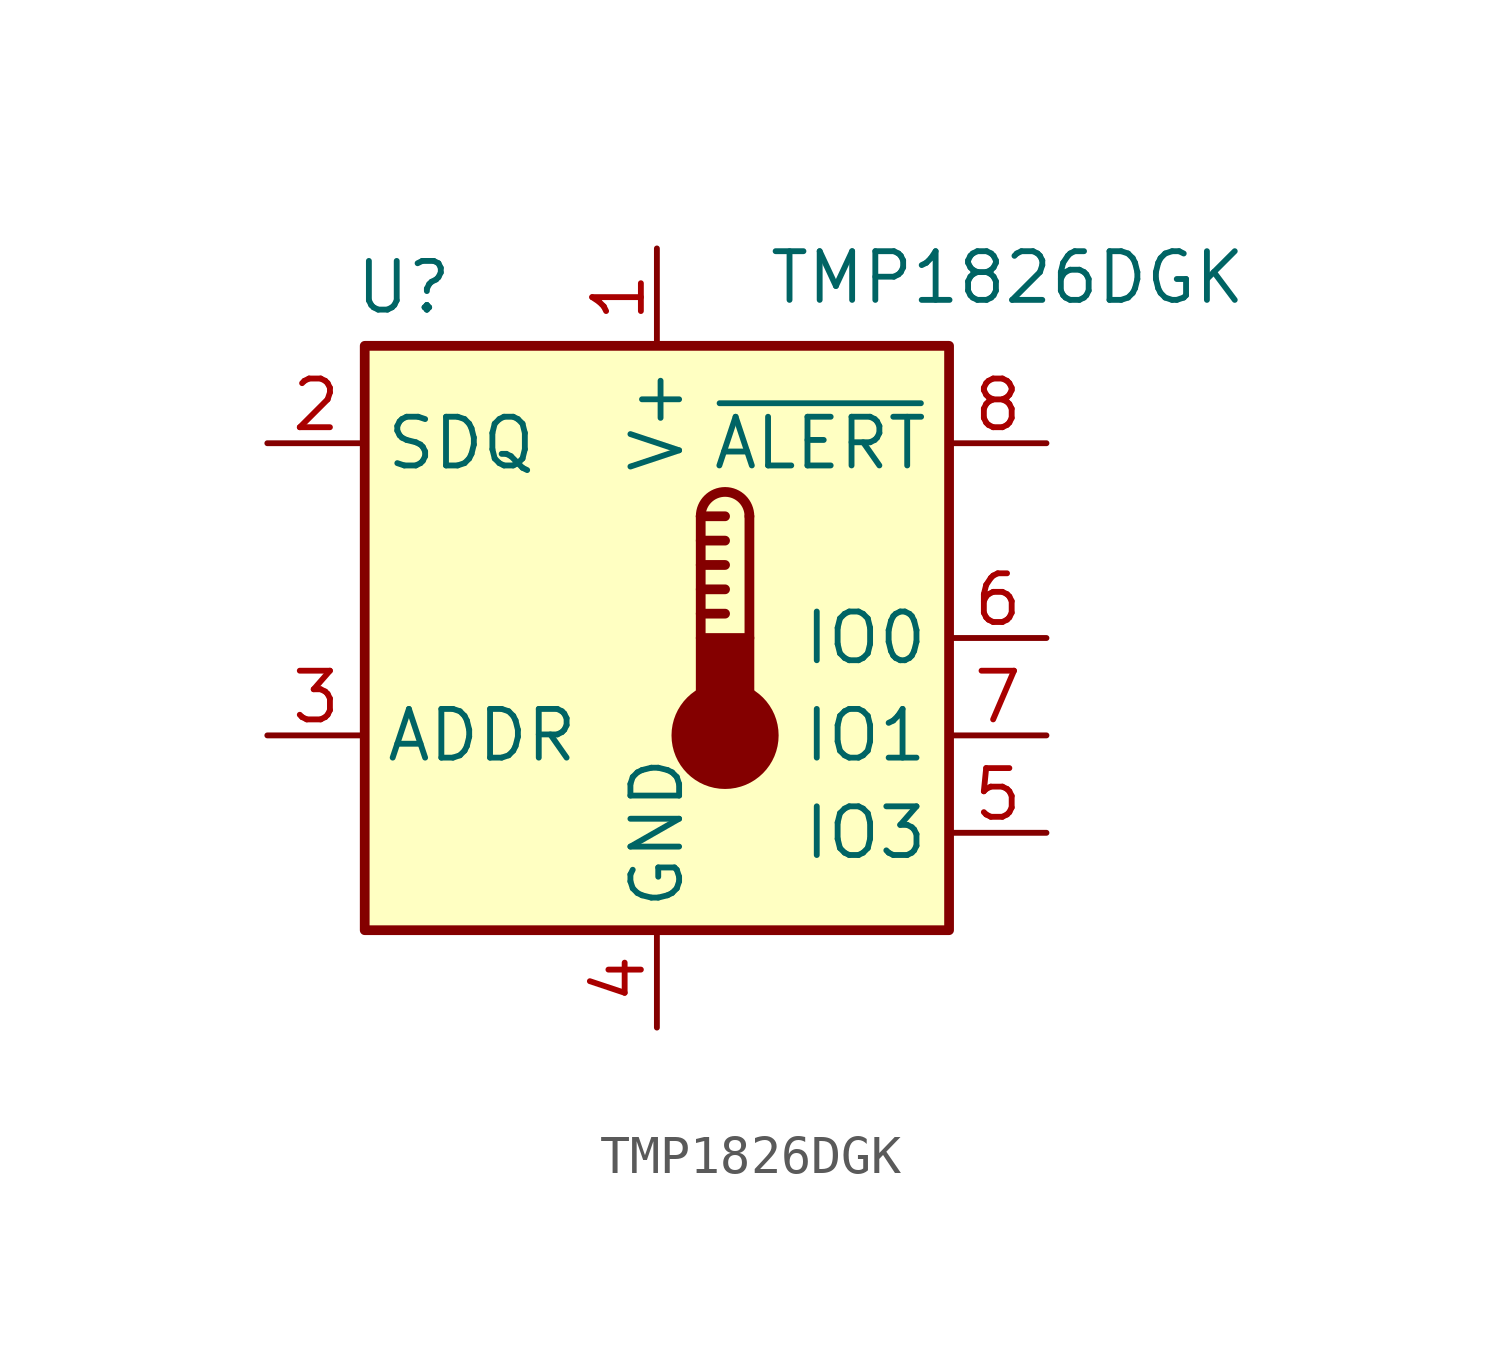
<source format=kicad_sym>
(kicad_symbol_lib
  (version 20241209)
  (generator "kicad_symbol_editor")
  (generator_version "9.0")
  (symbol "TMP1826DGK"
    (property "Reference" "U"
      (at -6.604 9.144 0)
      (effects (font (size 1.27 1.27))))
    (property "Value" "TMP1826DGK"
      (at 9.144 9.398 0)
      (effects (font (size 1.27 1.27))))
    (symbol "TMP1826DGK_0_1"
      (rectangle (start -7.62 7.62) (end 7.62 -7.62) (stroke (width 0.254) (type default)) (fill (type background))))
    (symbol "TMP1826DGK_1_1"
      (polyline (pts (xy 1.143 3.175) (xy 1.143 0)) (stroke (width 0.254) (type default)) (fill (type none)))
      (polyline (pts (xy 1.143 3.175) (xy 1.778 3.175)) (stroke (width 0.254) (type default)) (fill (type none)))
      (polyline (pts (xy 1.143 2.54) (xy 1.778 2.54)) (stroke (width 0.254) (type default)) (fill (type none)))
      (polyline (pts (xy 1.143 1.905) (xy 1.778 1.905)) (stroke (width 0.254) (type default)) (fill (type none)))
      (polyline (pts (xy 1.143 1.27) (xy 1.778 1.27)) (stroke (width 0.254) (type default)) (fill (type none)))
      (polyline (pts (xy 1.143 0.635) (xy 1.778 0.635)) (stroke (width 0.254) (type default)) (fill (type none)))
      (arc (start 1.143 3.175) (mid 1.778 3.8073) (end 2.413 3.175) (stroke (width 0.254) (type default)) (fill (type none)))
      (circle (center 1.778 -2.54) (radius 1.27) (stroke (width 0.254) (type default)) (fill (type outline)))
      (polyline (pts (xy 2.413 3.175) (xy 2.413 0)) (stroke (width 0.254) (type default)) (fill (type none)))
      (rectangle (start 2.413 -1.905) (end 1.143 0) (stroke (width 0.254) (type default)) (fill (type outline)))
      (pin bidirectional line (at -10.16 5.08 0) (length 2.54) (name "SDQ" (effects (font (size 1.27 1.27)))) (number "2" (effects (font (size 1.27 1.27)))))
      (pin input line (at -10.16 -2.54 0) (length 2.54) (name "ADDR" (effects (font (size 1.27 1.27)))) (number "3" (effects (font (size 1.27 1.27)))))
      (pin power_in line (at 0 10.16 270) (length 2.54) (name "V+" (effects (font (size 1.27 1.27)))) (number "1" (effects (font (size 1.27 1.27)))))
      (pin power_in line (at 0 -10.16 90) (length 2.54) (name "GND" (effects (font (size 1.27 1.27)))) (number "4" (effects (font (size 1.27 1.27)))))
      (pin open_collector line (at 10.16 5.08 180) (length 2.54) (name "~{ALERT}" (effects (font (size 1.27 1.27)))) (number "8" (effects (font (size 1.27 1.27)))))
      (pin open_collector line (at 10.16 0 180) (length 2.54) (name "IO0" (effects (font (size 1.27 1.27)))) (number "6" (effects (font (size 1.27 1.27)))))
      (pin open_collector line (at 10.16 -2.54 180) (length 2.54) (name "IO1" (effects (font (size 1.27 1.27)))) (number "7" (effects (font (size 1.27 1.27)))))
      (pin open_collector line (at 10.16 -5.08 180) (length 2.54) (name "IO3" (effects (font (size 1.27 1.27)))) (number "5" (effects (font (size 1.27 1.27))))))))
</source>
